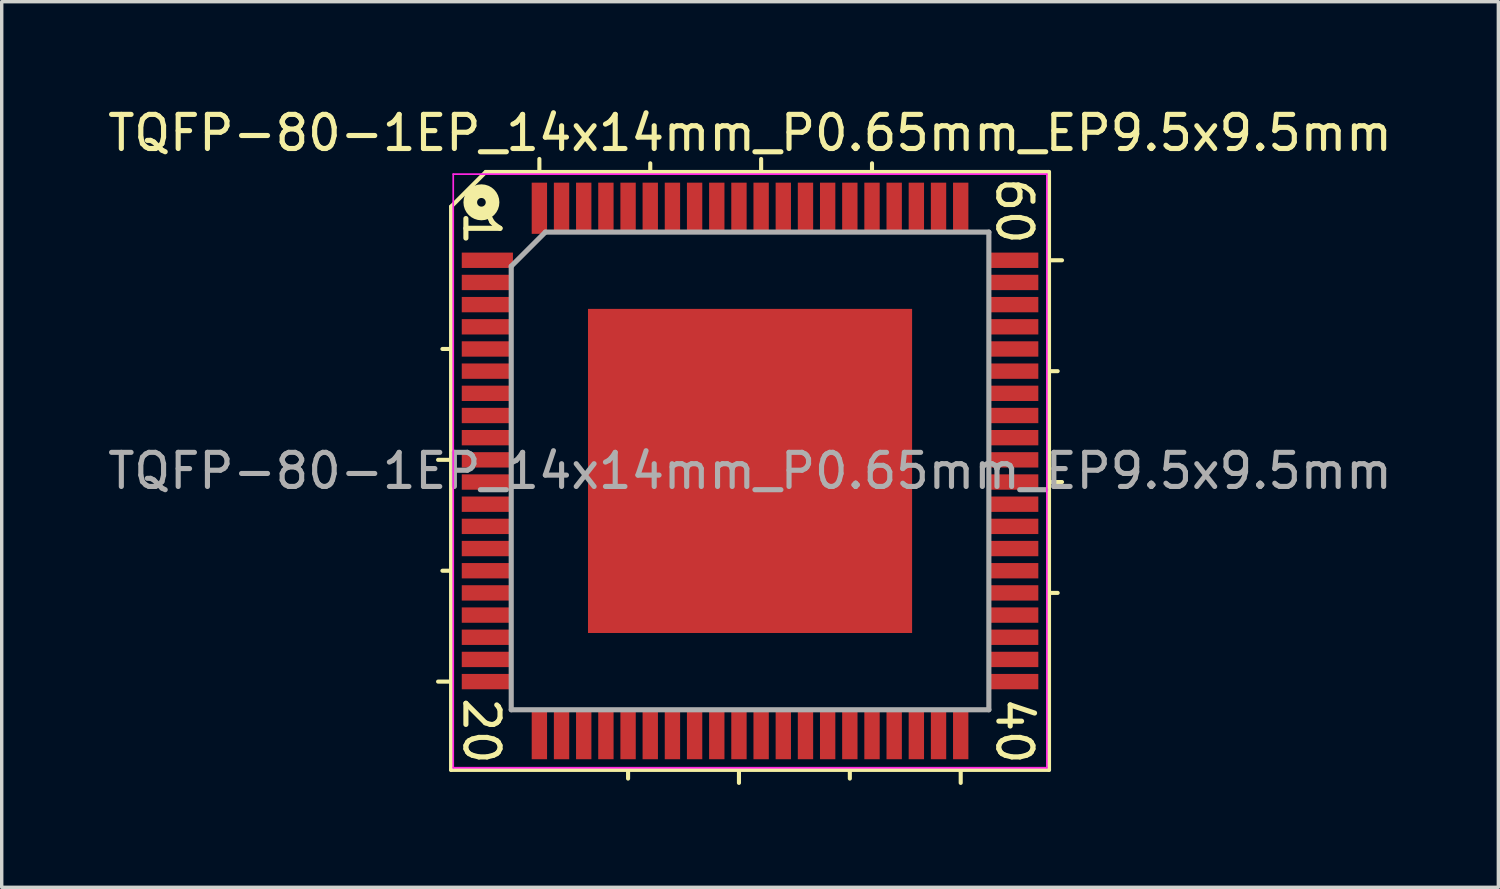
<source format=kicad_pcb>
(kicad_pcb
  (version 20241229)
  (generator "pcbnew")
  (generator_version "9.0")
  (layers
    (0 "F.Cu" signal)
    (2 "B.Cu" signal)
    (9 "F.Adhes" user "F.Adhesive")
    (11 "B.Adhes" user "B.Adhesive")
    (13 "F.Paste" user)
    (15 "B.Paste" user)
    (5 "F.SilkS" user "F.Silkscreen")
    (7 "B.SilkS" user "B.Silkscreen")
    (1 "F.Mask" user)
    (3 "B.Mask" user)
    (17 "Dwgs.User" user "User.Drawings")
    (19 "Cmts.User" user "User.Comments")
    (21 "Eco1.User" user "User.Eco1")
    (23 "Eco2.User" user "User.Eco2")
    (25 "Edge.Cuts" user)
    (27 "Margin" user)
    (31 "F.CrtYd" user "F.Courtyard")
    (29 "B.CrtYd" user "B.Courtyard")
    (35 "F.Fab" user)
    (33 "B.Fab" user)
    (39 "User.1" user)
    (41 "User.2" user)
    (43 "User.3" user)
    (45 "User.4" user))
  (footprint "TQFP-80-1EP_14x14mm_P0.65mm_EP9.5x9.5mm"
    (layer "F.Cu")
    (at 18.935 10.754)
    (property "Reference" "TQFP-80-1EP_14x14mm_P0.65mm_EP9.5x9.5mm" (at 0 -9.906 0) (layer "F.SilkS") (effects (font (size 1 1) (thickness 0.15))))
    (attr smd)
    (fp_line (start -8.763 -7.747) (end -8.763 8.763) (stroke (width 0.12) (type solid)) (layer "F.SilkS"))
    (fp_line (start -8.763 -3.575) (end -9.017 -3.575) (stroke (width 0.12) (type solid)) (layer "F.SilkS"))
    (fp_line (start -8.763 -0.325) (end -9.144 -0.325) (stroke (width 0.12) (type solid)) (layer "F.SilkS"))
    (fp_line (start -8.763 2.925) (end -9.017 2.925) (stroke (width 0.12) (type solid)) (layer "F.SilkS"))
    (fp_line (start -8.763 6.175) (end -9.144 6.175) (stroke (width 0.12) (type solid)) (layer "F.SilkS"))
    (fp_line (start -8.763 8.763) (end 8.763 8.763) (stroke (width 0.12) (type solid)) (layer "F.SilkS"))
    (fp_line (start -7.747 -8.763) (end -8.763 -7.747) (stroke (width 0.12) (type solid)) (layer "F.SilkS"))
    (fp_line (start -6.175 -8.763) (end -6.175 -9.144) (stroke (width 0.12) (type solid)) (layer "F.SilkS"))
    (fp_line (start -3.575 8.763) (end -3.575 9.017) (stroke (width 0.12) (type solid)) (layer "F.SilkS"))
    (fp_line (start -2.925 -8.763) (end -2.925 -9.017) (stroke (width 0.12) (type solid)) (layer "F.SilkS"))
    (fp_line (start -0.325 8.763) (end -0.325 9.144) (stroke (width 0.12) (type solid)) (layer "F.SilkS"))
    (fp_line (start 0.325 -8.763) (end 0.325 -9.144) (stroke (width 0.12) (type solid)) (layer "F.SilkS"))
    (fp_line (start 2.925 8.763) (end 2.925 9.017) (stroke (width 0.12) (type solid)) (layer "F.SilkS"))
    (fp_line (start 3.575 -8.763) (end 3.575 -9.017) (stroke (width 0.12) (type solid)) (layer "F.SilkS"))
    (fp_line (start 6.175 8.763) (end 6.175 9.144) (stroke (width 0.12) (type solid)) (layer "F.SilkS"))
    (fp_line (start 8.763 -8.763) (end -7.747 -8.763) (stroke (width 0.12) (type solid)) (layer "F.SilkS"))
    (fp_line (start 8.763 -6.175) (end 9.144 -6.175) (stroke (width 0.12) (type solid)) (layer "F.SilkS"))
    (fp_line (start 8.763 -2.925) (end 9.017 -2.925) (stroke (width 0.12) (type solid)) (layer "F.SilkS"))
    (fp_line (start 8.763 0.325) (end 9.144 0.325) (stroke (width 0.12) (type solid)) (layer "F.SilkS"))
    (fp_line (start 8.763 3.575) (end 9.017 3.575) (stroke (width 0.12) (type solid)) (layer "F.SilkS"))
    (fp_line (start 8.763 8.763) (end 8.763 -8.763) (stroke (width 0.12) (type solid)) (layer "F.SilkS"))
    (fp_circle (center -7.874 -7.874) (end -7.747 -7.874) (stroke (width 0.4) (type solid)) (fill no) (layer "F.SilkS"))
    (fp_line (start -8.7 -8.7) (end -8.7 8.7) (stroke (width 0.05) (type solid)) (layer "F.CrtYd"))
    (fp_line (start -8.7 -8.7) (end 8.7 -8.7) (stroke (width 0.05) (type solid)) (layer "F.CrtYd"))
    (fp_line (start -8.7 8.7) (end 8.7 8.7) (stroke (width 0.05) (type solid)) (layer "F.CrtYd"))
    (fp_line (start 8.7 -8.7) (end 8.7 8.7) (stroke (width 0.05) (type solid)) (layer "F.CrtYd"))
    (fp_line (start -7 -6) (end -6 -7) (stroke (width 0.15) (type solid)) (layer "F.Fab"))
    (fp_line (start -7 7) (end -7 -6) (stroke (width 0.15) (type solid)) (layer "F.Fab"))
    (fp_line (start -6 -7) (end 7 -7) (stroke (width 0.15) (type solid)) (layer "F.Fab"))
    (fp_line (start 7 -7) (end 7 7) (stroke (width 0.15) (type solid)) (layer "F.Fab"))
    (fp_line (start 7 7) (end -7 7) (stroke (width 0.15) (type solid)) (layer "F.Fab"))
    (fp_text user "20" (at -7.874 7.62 270) (unlocked yes) (layer "F.SilkS") (effects (font (size 1 1) (thickness 0.15))))
    (fp_text user "60" (at 7.747 -7.62 270) (unlocked yes) (layer "F.SilkS") (effects (font (size 1 1) (thickness 0.15))))
    (fp_text user "1" (at -7.874 -7.112 270) (unlocked yes) (layer "F.SilkS") (effects (font (size 1 1) (thickness 0.15))))
    (fp_text user "40" (at 7.747 7.62 270) (unlocked yes) (layer "F.SilkS") (effects (font (size 1 1) (thickness 0.15))))
    (fp_text user "${REFERENCE}" (at 0 0 0) (layer "F.Fab") (effects (font (size 1 1) (thickness 0.15))))
    (pad "" smd rect (at -2.375 -2.375) (size 3.8 3.8) (layers "F.Paste"))
    (pad "" smd rect (at -2.375 2.375) (size 3.8 3.8) (layers "F.Paste"))
    (pad "" smd rect (at 2.375 -2.375) (size 3.8 3.8) (layers "F.Paste"))
    (pad "" smd rect (at 2.375 2.375) (size 3.8 3.8) (layers "F.Paste"))
    (pad "1" smd rect (at -7.7 -6.175) (size 1.5 0.45) (layers "F.Cu" "F.Mask" "F.Paste"))
    (pad "2" smd rect (at -7.7 -5.525) (size 1.5 0.45) (layers "F.Cu" "F.Mask" "F.Paste"))
    (pad "3" smd rect (at -7.7 -4.875) (size 1.5 0.45) (layers "F.Cu" "F.Mask" "F.Paste"))
    (pad "4" smd rect (at -7.7 -4.225) (size 1.5 0.45) (layers "F.Cu" "F.Mask" "F.Paste"))
    (pad "5" smd rect (at -7.7 -3.575) (size 1.5 0.45) (layers "F.Cu" "F.Mask" "F.Paste"))
    (pad "6" smd rect (at -7.7 -2.925) (size 1.5 0.45) (layers "F.Cu" "F.Mask" "F.Paste"))
    (pad "7" smd rect (at -7.7 -2.275) (size 1.5 0.45) (layers "F.Cu" "F.Mask" "F.Paste"))
    (pad "8" smd rect (at -7.7 -1.625) (size 1.5 0.45) (layers "F.Cu" "F.Mask" "F.Paste"))
    (pad "9" smd rect (at -7.7 -0.975) (size 1.5 0.45) (layers "F.Cu" "F.Mask" "F.Paste"))
    (pad "10" smd rect (at -7.7 -0.325) (size 1.5 0.45) (layers "F.Cu" "F.Mask" "F.Paste"))
    (pad "11" smd rect (at -7.7 0.325) (size 1.5 0.45) (layers "F.Cu" "F.Mask" "F.Paste"))
    (pad "12" smd rect (at -7.7 0.975) (size 1.5 0.45) (layers "F.Cu" "F.Mask" "F.Paste"))
    (pad "13" smd rect (at -7.7 1.625) (size 1.5 0.45) (layers "F.Cu" "F.Mask" "F.Paste"))
    (pad "14" smd rect (at -7.7 2.275) (size 1.5 0.45) (layers "F.Cu" "F.Mask" "F.Paste"))
    (pad "15" smd rect (at -7.7 2.925) (size 1.5 0.45) (layers "F.Cu" "F.Mask" "F.Paste"))
    (pad "16" smd rect (at -7.7 3.575) (size 1.5 0.45) (layers "F.Cu" "F.Mask" "F.Paste"))
    (pad "17" smd rect (at -7.7 4.225) (size 1.5 0.45) (layers "F.Cu" "F.Mask" "F.Paste"))
    (pad "18" smd rect (at -7.7 4.875) (size 1.5 0.45) (layers "F.Cu" "F.Mask" "F.Paste"))
    (pad "19" smd rect (at -7.7 5.525) (size 1.5 0.45) (layers "F.Cu" "F.Mask" "F.Paste"))
    (pad "20" smd rect (at -7.7 6.175) (size 1.5 0.45) (layers "F.Cu" "F.Mask" "F.Paste"))
    (pad "21" smd rect (at -6.175 7.7 90) (size 1.5 0.45) (layers "F.Cu" "F.Mask" "F.Paste"))
    (pad "22" smd rect (at -5.525 7.7 90) (size 1.5 0.45) (layers "F.Cu" "F.Mask" "F.Paste"))
    (pad "23" smd rect (at -4.875 7.7 90) (size 1.5 0.45) (layers "F.Cu" "F.Mask" "F.Paste"))
    (pad "24" smd rect (at -4.225 7.7 90) (size 1.5 0.45) (layers "F.Cu" "F.Mask" "F.Paste"))
    (pad "25" smd rect (at -3.575 7.7 90) (size 1.5 0.45) (layers "F.Cu" "F.Mask" "F.Paste"))
    (pad "26" smd rect (at -2.925 7.7 90) (size 1.5 0.45) (layers "F.Cu" "F.Mask" "F.Paste"))
    (pad "27" smd rect (at -2.275 7.7 90) (size 1.5 0.45) (layers "F.Cu" "F.Mask" "F.Paste"))
    (pad "28" smd rect (at -1.625 7.7 90) (size 1.5 0.45) (layers "F.Cu" "F.Mask" "F.Paste"))
    (pad "29" smd rect (at -0.975 7.7 90) (size 1.5 0.45) (layers "F.Cu" "F.Mask" "F.Paste"))
    (pad "30" smd rect (at -0.325 7.7 90) (size 1.5 0.45) (layers "F.Cu" "F.Mask" "F.Paste"))
    (pad "31" smd rect (at 0.325 7.7 90) (size 1.5 0.45) (layers "F.Cu" "F.Mask" "F.Paste"))
    (pad "32" smd rect (at 0.975 7.7 90) (size 1.5 0.45) (layers "F.Cu" "F.Mask" "F.Paste"))
    (pad "33" smd rect (at 1.625 7.7 90) (size 1.5 0.45) (layers "F.Cu" "F.Mask" "F.Paste"))
    (pad "34" smd rect (at 2.275 7.7 90) (size 1.5 0.45) (layers "F.Cu" "F.Mask" "F.Paste"))
    (pad "35" smd rect (at 2.925 7.7 90) (size 1.5 0.45) (layers "F.Cu" "F.Mask" "F.Paste"))
    (pad "36" smd rect (at 3.575 7.7 90) (size 1.5 0.45) (layers "F.Cu" "F.Mask" "F.Paste"))
    (pad "37" smd rect (at 4.225 7.7 90) (size 1.5 0.45) (layers "F.Cu" "F.Mask" "F.Paste"))
    (pad "38" smd rect (at 4.875 7.7 90) (size 1.5 0.45) (layers "F.Cu" "F.Mask" "F.Paste"))
    (pad "39" smd rect (at 5.525 7.7 90) (size 1.5 0.45) (layers "F.Cu" "F.Mask" "F.Paste"))
    (pad "40" smd rect (at 6.175 7.7 90) (size 1.5 0.45) (layers "F.Cu" "F.Mask" "F.Paste"))
    (pad "41" smd rect (at 7.7 6.175) (size 1.5 0.45) (layers "F.Cu" "F.Mask" "F.Paste"))
    (pad "42" smd rect (at 7.7 5.525) (size 1.5 0.45) (layers "F.Cu" "F.Mask" "F.Paste"))
    (pad "43" smd rect (at 7.7 4.875) (size 1.5 0.45) (layers "F.Cu" "F.Mask" "F.Paste"))
    (pad "44" smd rect (at 7.7 4.225) (size 1.5 0.45) (layers "F.Cu" "F.Mask" "F.Paste"))
    (pad "45" smd rect (at 7.7 3.575) (size 1.5 0.45) (layers "F.Cu" "F.Mask" "F.Paste"))
    (pad "46" smd rect (at 7.7 2.925) (size 1.5 0.45) (layers "F.Cu" "F.Mask" "F.Paste"))
    (pad "47" smd rect (at 7.7 2.275) (size 1.5 0.45) (layers "F.Cu" "F.Mask" "F.Paste"))
    (pad "48" smd rect (at 7.7 1.625) (size 1.5 0.45) (layers "F.Cu" "F.Mask" "F.Paste"))
    (pad "49" smd rect (at 7.7 0.975) (size 1.5 0.45) (layers "F.Cu" "F.Mask" "F.Paste"))
    (pad "50" smd rect (at 7.7 0.325) (size 1.5 0.45) (layers "F.Cu" "F.Mask" "F.Paste"))
    (pad "51" smd rect (at 7.7 -0.325) (size 1.5 0.45) (layers "F.Cu" "F.Mask" "F.Paste"))
    (pad "52" smd rect (at 7.7 -0.975) (size 1.5 0.45) (layers "F.Cu" "F.Mask" "F.Paste"))
    (pad "53" smd rect (at 7.7 -1.625) (size 1.5 0.45) (layers "F.Cu" "F.Mask" "F.Paste"))
    (pad "54" smd rect (at 7.7 -2.275) (size 1.5 0.45) (layers "F.Cu" "F.Mask" "F.Paste"))
    (pad "55" smd rect (at 7.7 -2.925) (size 1.5 0.45) (layers "F.Cu" "F.Mask" "F.Paste"))
    (pad "56" smd rect (at 7.7 -3.575) (size 1.5 0.45) (layers "F.Cu" "F.Mask" "F.Paste"))
    (pad "57" smd rect (at 7.7 -4.225) (size 1.5 0.45) (layers "F.Cu" "F.Mask" "F.Paste"))
    (pad "58" smd rect (at 7.7 -4.875) (size 1.5 0.45) (layers "F.Cu" "F.Mask" "F.Paste"))
    (pad "59" smd rect (at 7.7 -5.525) (size 1.5 0.45) (layers "F.Cu" "F.Mask" "F.Paste"))
    (pad "60" smd rect (at 7.7 -6.175) (size 1.5 0.45) (layers "F.Cu" "F.Mask" "F.Paste"))
    (pad "61" smd rect (at 6.175 -7.7 90) (size 1.5 0.45) (layers "F.Cu" "F.Mask" "F.Paste"))
    (pad "62" smd rect (at 5.525 -7.7 90) (size 1.5 0.45) (layers "F.Cu" "F.Mask" "F.Paste"))
    (pad "63" smd rect (at 4.875 -7.7 90) (size 1.5 0.45) (layers "F.Cu" "F.Mask" "F.Paste"))
    (pad "64" smd rect (at 4.225 -7.7 90) (size 1.5 0.45) (layers "F.Cu" "F.Mask" "F.Paste"))
    (pad "65" smd rect (at 3.575 -7.7 90) (size 1.5 0.45) (layers "F.Cu" "F.Mask" "F.Paste"))
    (pad "66" smd rect (at 2.925 -7.7 90) (size 1.5 0.45) (layers "F.Cu" "F.Mask" "F.Paste"))
    (pad "67" smd rect (at 2.275 -7.7 90) (size 1.5 0.45) (layers "F.Cu" "F.Mask" "F.Paste"))
    (pad "68" smd rect (at 1.625 -7.7 90) (size 1.5 0.45) (layers "F.Cu" "F.Mask" "F.Paste"))
    (pad "69" smd rect (at 0.975 -7.7 90) (size 1.5 0.45) (layers "F.Cu" "F.Mask" "F.Paste"))
    (pad "70" smd rect (at 0.325 -7.7 90) (size 1.5 0.45) (layers "F.Cu" "F.Mask" "F.Paste"))
    (pad "71" smd rect (at -0.325 -7.7 90) (size 1.5 0.45) (layers "F.Cu" "F.Mask" "F.Paste"))
    (pad "72" smd rect (at -0.975 -7.7 90) (size 1.5 0.45) (layers "F.Cu" "F.Mask" "F.Paste"))
    (pad "73" smd rect (at -1.625 -7.7 90) (size 1.5 0.45) (layers "F.Cu" "F.Mask" "F.Paste"))
    (pad "74" smd rect (at -2.275 -7.7 90) (size 1.5 0.45) (layers "F.Cu" "F.Mask" "F.Paste"))
    (pad "75" smd rect (at -2.925 -7.7 90) (size 1.5 0.45) (layers "F.Cu" "F.Mask" "F.Paste"))
    (pad "76" smd rect (at -3.575 -7.7 90) (size 1.5 0.45) (layers "F.Cu" "F.Mask" "F.Paste"))
    (pad "77" smd rect (at -4.225 -7.7 90) (size 1.5 0.45) (layers "F.Cu" "F.Mask" "F.Paste"))
    (pad "78" smd rect (at -4.875 -7.7 90) (size 1.5 0.45) (layers "F.Cu" "F.Mask" "F.Paste"))
    (pad "79" smd rect (at -5.525 -7.7 90) (size 1.5 0.45) (layers "F.Cu" "F.Mask" "F.Paste"))
    (pad "80" smd rect (at -6.175 -7.7 90) (size 1.5 0.45) (layers "F.Cu" "F.Mask" "F.Paste"))
    (pad "81" smd rect (at 0 0) (size 9.5 9.5) (layers "F.Cu" "F.Mask")))
  (gr_rect
    (start -3 -3)
    (end 40.869 22.958)
    (stroke (width 0.1) (type default))
    (fill no)
    (layer "Edge.Cuts")))
</source>
